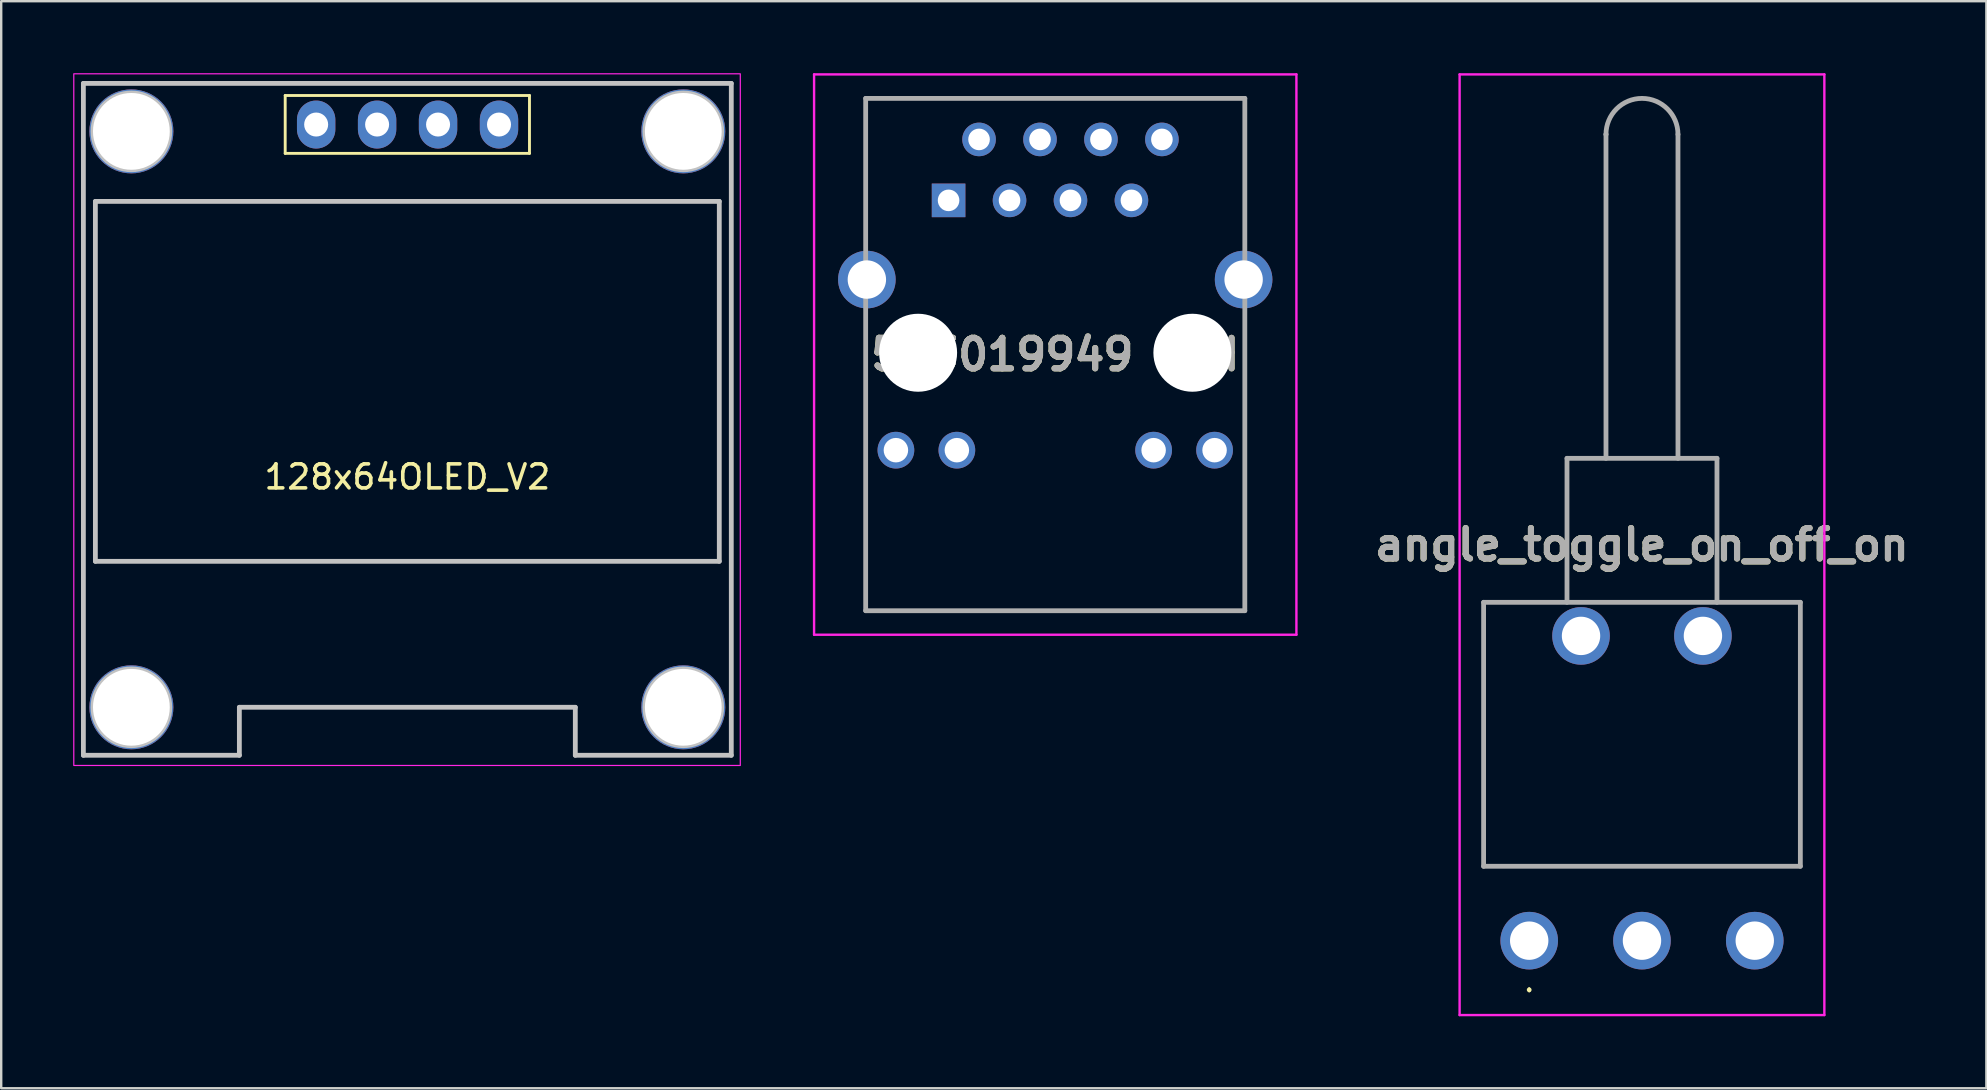
<source format=kicad_pcb>
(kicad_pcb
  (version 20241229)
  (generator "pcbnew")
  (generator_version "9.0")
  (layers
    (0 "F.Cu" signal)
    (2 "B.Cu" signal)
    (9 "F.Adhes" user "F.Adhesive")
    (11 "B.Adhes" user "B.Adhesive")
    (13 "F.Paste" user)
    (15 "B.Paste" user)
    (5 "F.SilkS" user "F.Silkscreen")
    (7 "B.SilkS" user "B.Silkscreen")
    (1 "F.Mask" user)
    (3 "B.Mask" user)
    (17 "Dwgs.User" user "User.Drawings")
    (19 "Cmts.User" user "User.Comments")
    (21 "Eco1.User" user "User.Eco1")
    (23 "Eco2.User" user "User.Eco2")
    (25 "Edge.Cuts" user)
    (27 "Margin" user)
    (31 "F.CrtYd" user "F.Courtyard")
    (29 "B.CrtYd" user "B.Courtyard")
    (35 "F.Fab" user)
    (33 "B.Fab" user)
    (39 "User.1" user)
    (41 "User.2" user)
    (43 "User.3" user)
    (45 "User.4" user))
  (footprint "128x64OLED_V2"
    (layer "F.Cu")
    (at 13.925 14.425)
    (property "Reference" "128x64OLED_V2" (at 0 2.4 0) (layer "F.SilkS") (effects (font (size 1 1) (thickness 0.15))))
    (attr through_hole)
    (fp_line (start -5.09 -13.496) (end -5.09 -11.083) (stroke (width 0.12) (type solid)) (layer "F.SilkS"))
    (fp_line (start -5.09 -13.496) (end 5.09 -13.496) (stroke (width 0.12) (type solid)) (layer "F.SilkS"))
    (fp_line (start 5.09 -13.496) (end 5.09 -11.083) (stroke (width 0.12) (type solid)) (layer "F.SilkS"))
    (fp_line (start 5.09 -11.083) (end -5.09 -11.083) (stroke (width 0.12) (type solid)) (layer "F.SilkS"))
    (fp_line (start -13.5 -14) (end -13.5 14) (stroke (width 0.2) (type solid)) (layer "Dwgs.User"))
    (fp_line (start -13.5 -14) (end 13.5 -14) (stroke (width 0.2) (type solid)) (layer "Dwgs.User"))
    (fp_line (start -13.5 14) (end -7 14) (stroke (width 0.2) (type solid)) (layer "Dwgs.User"))
    (fp_line (start -13 -9.083) (end -13 5.917) (stroke (width 0.2) (type solid)) (layer "Dwgs.User"))
    (fp_line (start -13 -9.083) (end 13 -9.083) (stroke (width 0.2) (type solid)) (layer "Dwgs.User"))
    (fp_line (start -13 5.917) (end 13 5.917) (stroke (width 0.2) (type solid)) (layer "Dwgs.User"))
    (fp_line (start -7 12) (end -7 14) (stroke (width 0.2) (type solid)) (layer "Dwgs.User"))
    (fp_line (start -7 12) (end 7 12) (stroke (width 0.2) (type solid)) (layer "Dwgs.User"))
    (fp_line (start 7 12) (end 7 14) (stroke (width 0.2) (type solid)) (layer "Dwgs.User"))
    (fp_line (start 7 14) (end 13.5 14) (stroke (width 0.2) (type solid)) (layer "Dwgs.User"))
    (fp_line (start 13 -9.083) (end 13 5.917) (stroke (width 0.2) (type solid)) (layer "Dwgs.User"))
    (fp_line (start 13.5 -14) (end 13.5 14) (stroke (width 0.2) (type solid)) (layer "Dwgs.User"))
    (fp_circle (center -11.5 -12) (end -9.9 -12) (stroke (width 0.2) (type solid)) (fill no) (layer "Dwgs.User"))
    (fp_circle (center -11.5 12) (end -9.9 12) (stroke (width 0.2) (type solid)) (fill no) (layer "Dwgs.User"))
    (fp_circle (center 11.5 -12) (end 13.1 -12) (stroke (width 0.2) (type solid)) (fill no) (layer "Dwgs.User"))
    (fp_circle (center 11.5 12) (end 13.1 12) (stroke (width 0.2) (type solid)) (fill no) (layer "Dwgs.User"))
    (fp_rect (start -13.9 -14.4) (end 13.875 14.425) (stroke (width 0.05) (type default)) (fill no) (layer "F.CrtYd"))
    (pad "" np_thru_hole circle (at -11.5 -12) (size 3.5 3.5) (drill 3.2) (layers "*.Cu" "*.Mask"))
    (pad "" np_thru_hole circle (at -11.5 12) (size 3.5 3.5) (drill 3.2) (layers "*.Cu" "*.Mask"))
    (pad "" np_thru_hole circle (at 11.5 -12) (size 3.5 3.5) (drill 3.2) (layers "*.Cu" "*.Mask"))
    (pad "" np_thru_hole circle (at 11.5 12) (size 3.5 3.5) (drill 3.2) (layers "*.Cu" "*.Mask"))
    (pad "1" thru_hole oval (at -3.8 -12.285 90) (size 2 1.6) (drill 1) (layers "*.Cu" "*.Mask"))
    (pad "2" thru_hole oval (at -1.26 -12.285 90) (size 2 1.6) (drill 1) (layers "*.Cu" "*.Mask"))
    (pad "3" thru_hole oval (at 1.28 -12.285 90) (size 2 1.6) (drill 1) (layers "*.Cu" "*.Mask"))
    (pad "4" thru_hole oval (at 3.82 -12.285 90) (size 2 1.6) (drill 1) (layers "*.Cu" "*.Mask")))
  (footprint "angle_toggle_on_off_on"
    (layer "F.Cu")
    (at 60.676 36.15)
    (property "Reference" "angle_toggle_on_off_on" (at 4.7 -16.5 0) (layer "F.SilkS") (effects (font (size 1.27 1.27) (thickness 0.254))))
    (attr through_hole)
    (fp_line (start -1.9 -14.1) (end -1.9 -3.1) (stroke (width 0.1) (type solid)) (layer "F.SilkS"))
    (fp_line (start -1.9 -3.1) (end 11.3 -3.1) (stroke (width 0.1) (type solid)) (layer "F.SilkS"))
    (fp_line (start 0 2) (end 0 2) (stroke (width 0.1) (type solid)) (layer "F.SilkS"))
    (fp_line (start 0 2.1) (end 0 2.1) (stroke (width 0.1) (type solid)) (layer "F.SilkS"))
    (fp_line (start 0.7 -14.1) (end -1.9 -14.1) (stroke (width 0.1) (type solid)) (layer "F.SilkS"))
    (fp_line (start 1.575 -20.1) (end 7.825 -20.1) (stroke (width 0.1) (type solid)) (layer "F.SilkS"))
    (fp_line (start 1.575 -14.1) (end 1.575 -20.1) (stroke (width 0.1) (type solid)) (layer "F.SilkS"))
    (fp_line (start 3.2 -33.6) (end 3.2 -33.6) (stroke (width 0.1) (type solid)) (layer "F.SilkS"))
    (fp_line (start 3.2 -20.1) (end 3.2 -33.6) (stroke (width 0.1) (type solid)) (layer "F.SilkS"))
    (fp_line (start 6.2 -33.6) (end 6.2 -20.1) (stroke (width 0.1) (type solid)) (layer "F.SilkS"))
    (fp_line (start 7.825 -20.1) (end 7.825 -14.1) (stroke (width 0.1) (type solid)) (layer "F.SilkS"))
    (fp_line (start 11.3 -14.1) (end 8.7 -14.1) (stroke (width 0.1) (type solid)) (layer "F.SilkS"))
    (fp_line (start 11.3 -3.1) (end 11.3 -14.1) (stroke (width 0.1) (type solid)) (layer "F.SilkS"))
    (fp_arc (start 0 2) (mid 0.05 2.05) (end 0 2.1) (stroke (width 0.1) (type solid)) (layer "F.SilkS"))
    (fp_arc (start 0 2.1) (mid -0.05 2.05) (end 0 2) (stroke (width 0.1) (type solid)) (layer "F.SilkS"))
    (fp_arc (start 3.2 -33.6) (mid 4.7 -35.1) (end 6.2 -33.6) (stroke (width 0.1) (type solid)) (layer "F.SilkS"))
    (fp_line (start -2.9 -36.1) (end 12.3 -36.1) (stroke (width 0.1) (type solid)) (layer "F.CrtYd"))
    (fp_line (start -2.9 3.1) (end -2.9 -36.1) (stroke (width 0.1) (type solid)) (layer "F.CrtYd"))
    (fp_line (start 12.3 -36.1) (end 12.3 3.1) (stroke (width 0.1) (type solid)) (layer "F.CrtYd"))
    (fp_line (start 12.3 3.1) (end -2.9 3.1) (stroke (width 0.1) (type solid)) (layer "F.CrtYd"))
    (fp_line (start -1.9 -14.1) (end 11.3 -14.1) (stroke (width 0.2) (type solid)) (layer "F.Fab"))
    (fp_line (start -1.9 -3.1) (end -1.9 -14.1) (stroke (width 0.2) (type solid)) (layer "F.Fab"))
    (fp_line (start 1.575 -20.1) (end 7.825 -20.1) (stroke (width 0.2) (type solid)) (layer "F.Fab"))
    (fp_line (start 1.575 -14.1) (end 1.575 -20.1) (stroke (width 0.2) (type solid)) (layer "F.Fab"))
    (fp_line (start 3.2 -33.6) (end 3.2 -33.6) (stroke (width 0.2) (type solid)) (layer "F.Fab"))
    (fp_line (start 3.2 -20.1) (end 3.2 -33.6) (stroke (width 0.2) (type solid)) (layer "F.Fab"))
    (fp_line (start 6.2 -33.6) (end 6.2 -20.1) (stroke (width 0.2) (type solid)) (layer "F.Fab"))
    (fp_line (start 7.825 -20.1) (end 7.825 -14.1) (stroke (width 0.2) (type solid)) (layer "F.Fab"))
    (fp_line (start 11.3 -14.1) (end 11.3 -3.1) (stroke (width 0.2) (type solid)) (layer "F.Fab"))
    (fp_line (start 11.3 -3.1) (end -1.9 -3.1) (stroke (width 0.2) (type solid)) (layer "F.Fab"))
    (fp_arc (start 3.2 -33.6) (mid 4.7 -35.1) (end 6.2 -33.6) (stroke (width 0.2) (type solid)) (layer "F.Fab"))
    (fp_text user "${REFERENCE}" (at 4.7 -16.5 0) (layer "F.Fab") (effects (font (size 1.27 1.27) (thickness 0.254))))
    (pad "1" thru_hole circle (at 0 0) (size 2.4 2.4) (drill 1.6) (layers "*.Cu" "*.Mask"))
    (pad "2" thru_hole circle (at 4.7 0) (size 2.4 2.4) (drill 1.6) (layers "*.Cu" "*.Mask"))
    (pad "3" thru_hole circle (at 9.4 0) (size 2.4 2.4) (drill 1.6) (layers "*.Cu" "*.Mask"))
    (pad "MH1" thru_hole circle (at 2.16 -12.7) (size 2.4 2.4) (drill 1.6) (layers "*.Cu" "*.Mask"))
    (pad "MH2" thru_hole circle (at 7.24 -12.7) (size 2.4 2.4) (drill 1.6) (layers "*.Cu" "*.Mask")))
  (footprint "523019949 ETH"
    (layer "F.Cu")
    (at 36.48 5.3)
    (property "Reference" "523019949 ETH" (at 4.445 6.425 0) (layer "F.SilkS") (effects (font (size 1.27 1.27) (thickness 0.254))))
    (attr through_hole)
    (fp_line (start -3.455 -4.25) (end 12.345 -4.25) (stroke (width 0.1) (type solid)) (layer "F.SilkS"))
    (fp_line (start -3.455 1.1) (end -3.455 -4.25) (stroke (width 0.1) (type solid)) (layer "F.SilkS"))
    (fp_line (start -3.455 5.1) (end -3.455 17.1) (stroke (width 0.1) (type solid)) (layer "F.SilkS"))
    (fp_line (start -3.455 17.1) (end 12.345 17.1) (stroke (width 0.1) (type solid)) (layer "F.SilkS"))
    (fp_line (start 12.345 -4.25) (end 12.345 1.1) (stroke (width 0.1) (type solid)) (layer "F.SilkS"))
    (fp_line (start 12.345 17.1) (end 12.345 5.1) (stroke (width 0.1) (type solid)) (layer "F.SilkS"))
    (fp_line (start 12.345 17.1) (end 12.345 17.1) (stroke (width 0.1) (type solid)) (layer "F.SilkS"))
    (fp_line (start -5.605 -5.25) (end 14.495 -5.25) (stroke (width 0.1) (type solid)) (layer "F.CrtYd"))
    (fp_line (start -5.605 18.1) (end -5.605 -5.25) (stroke (width 0.1) (type solid)) (layer "F.CrtYd"))
    (fp_line (start 14.495 -5.25) (end 14.495 18.1) (stroke (width 0.1) (type solid)) (layer "F.CrtYd"))
    (fp_line (start 14.495 18.1) (end -5.605 18.1) (stroke (width 0.1) (type solid)) (layer "F.CrtYd"))
    (fp_line (start -3.455 -4.25) (end 12.345 -4.25) (stroke (width 0.2) (type solid)) (layer "F.Fab"))
    (fp_line (start -3.455 17.1) (end -3.455 -4.25) (stroke (width 0.2) (type solid)) (layer "F.Fab"))
    (fp_line (start 12.345 -4.25) (end 12.345 17.1) (stroke (width 0.2) (type solid)) (layer "F.Fab"))
    (fp_line (start 12.345 17.1) (end -3.455 17.1) (stroke (width 0.2) (type solid)) (layer "F.Fab"))
    (fp_text user "${REFERENCE}" (at 4.445 6.425 0) (layer "F.Fab") (effects (font (size 1.27 1.27) (thickness 0.254))))
    (pad "" np_thru_hole circle (at -1.27 6.35) (size 3.25 3.25) (drill 3.25) (layers "*.Cu" "*.Mask"))
    (pad "" np_thru_hole circle (at 10.16 6.35) (size 3.25 3.25) (drill 3.25) (layers "*.Cu" "*.Mask"))
    (pad "1" thru_hole rect (at 0 0) (size 1.4 1.4) (drill 0.9) (layers "*.Cu" "*.Mask"))
    (pad "2" thru_hole circle (at 1.27 -2.54) (size 1.4 1.4) (drill 0.9) (layers "*.Cu" "*.Mask"))
    (pad "3" thru_hole circle (at 2.54 0) (size 1.4 1.4) (drill 0.9) (layers "*.Cu" "*.Mask"))
    (pad "4" thru_hole circle (at 3.81 -2.54) (size 1.4 1.4) (drill 0.9) (layers "*.Cu" "*.Mask"))
    (pad "5" thru_hole circle (at 5.08 0) (size 1.4 1.4) (drill 0.9) (layers "*.Cu" "*.Mask"))
    (pad "6" thru_hole circle (at 6.35 -2.54) (size 1.4 1.4) (drill 0.9) (layers "*.Cu" "*.Mask"))
    (pad "7" thru_hole circle (at 7.62 0) (size 1.4 1.4) (drill 0.9) (layers "*.Cu" "*.Mask"))
    (pad "8" thru_hole circle (at 8.89 -2.54) (size 1.4 1.4) (drill 0.9) (layers "*.Cu" "*.Mask"))
    (pad "9" thru_hole circle (at -2.195 10.41) (size 1.53 1.53) (drill 1.02) (layers "*.Cu" "*.Mask"))
    (pad "10" thru_hole circle (at 0.345 10.41) (size 1.53 1.53) (drill 1.02) (layers "*.Cu" "*.Mask"))
    (pad "11" thru_hole circle (at 8.545 10.41) (size 1.53 1.53) (drill 1.02) (layers "*.Cu" "*.Mask"))
    (pad "12" thru_hole circle (at 11.085 10.41) (size 1.53 1.53) (drill 1.02) (layers "*.Cu" "*.Mask"))
    (pad "MH1" thru_hole circle (at -3.405 3.3) (size 2.4 2.4) (drill 1.6) (layers "*.Cu" "*.Mask"))
    (pad "MH2" thru_hole circle (at 12.295 3.3) (size 2.4 2.4) (drill 1.6) (layers "*.Cu" "*.Mask")))
  (gr_rect
    (start -3 -3)
    (end 79.728 42.3)
    (stroke (width 0.1) (type default))
    (fill no)
    (layer "Edge.Cuts")))
</source>
